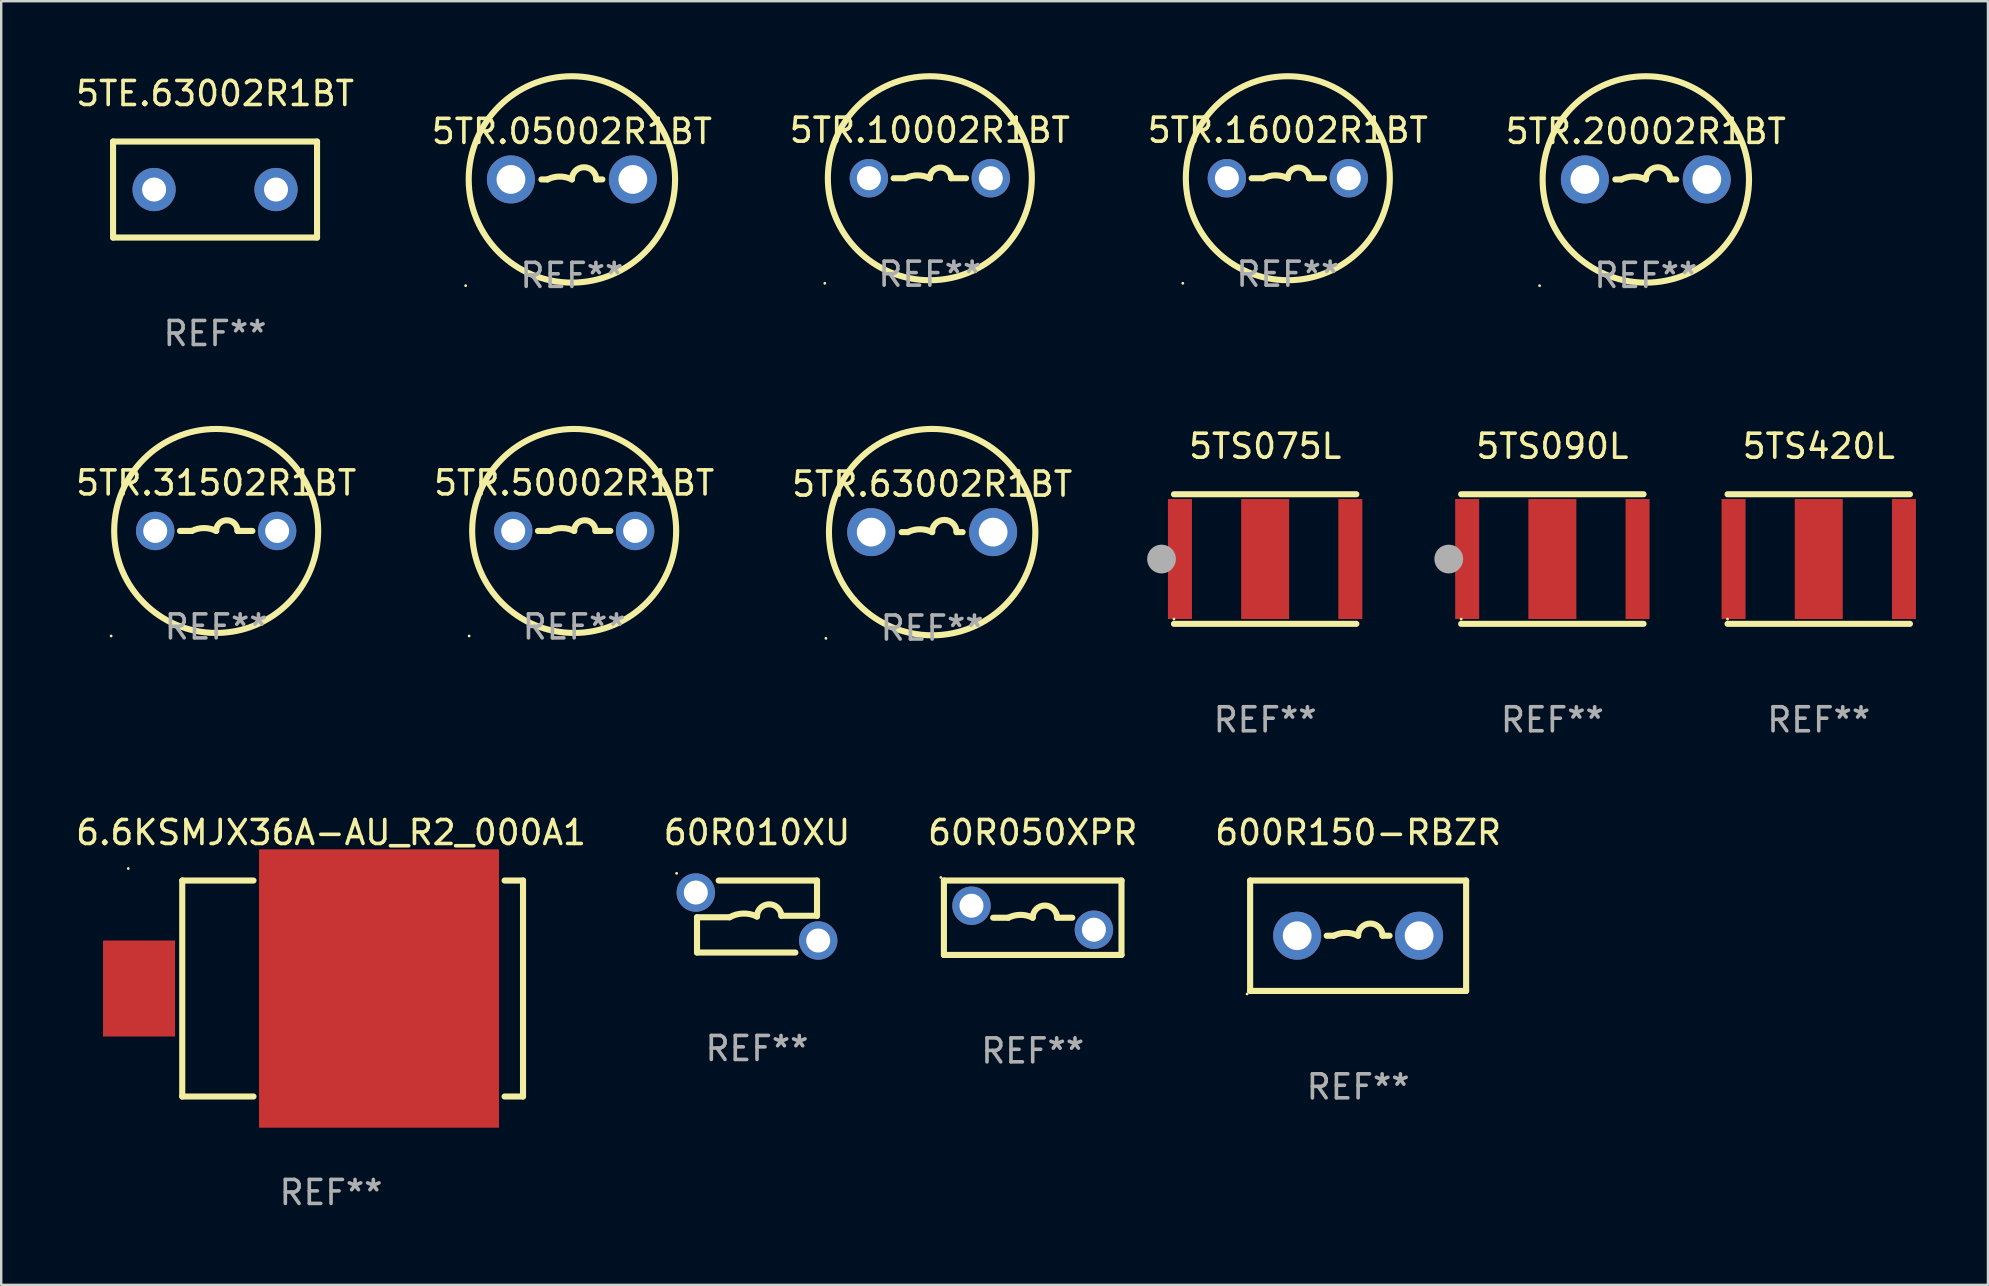
<source format=kicad_pcb>
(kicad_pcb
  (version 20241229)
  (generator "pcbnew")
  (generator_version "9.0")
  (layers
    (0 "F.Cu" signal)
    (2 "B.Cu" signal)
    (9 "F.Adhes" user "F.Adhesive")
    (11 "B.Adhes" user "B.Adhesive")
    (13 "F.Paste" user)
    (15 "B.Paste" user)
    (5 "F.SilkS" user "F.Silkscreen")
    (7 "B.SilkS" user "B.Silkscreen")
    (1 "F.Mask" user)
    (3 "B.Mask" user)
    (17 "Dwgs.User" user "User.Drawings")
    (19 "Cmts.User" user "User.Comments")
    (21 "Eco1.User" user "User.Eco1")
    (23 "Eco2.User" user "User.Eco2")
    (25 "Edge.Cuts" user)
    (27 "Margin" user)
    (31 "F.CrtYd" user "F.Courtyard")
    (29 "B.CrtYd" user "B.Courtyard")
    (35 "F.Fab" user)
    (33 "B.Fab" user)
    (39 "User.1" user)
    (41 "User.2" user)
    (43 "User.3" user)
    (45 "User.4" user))
  (footprint "5TR.31502R1BT"
    (layer "F.Cu")
    (at 5.958 19.074)
    (property "Reference" "5TR.31502R1BT" (at 0 -2 0) (layer "F.SilkS") (effects (font (size 1 1) (thickness 0.15))))
    (attr through_hole)
    (fp_line (start -1.509 0) (end -1.016 0) (stroke (width 0.254) (type solid)) (layer "F.SilkS"))
    (fp_line (start 1.509 0) (end 0.889 0) (stroke (width 0.254) (type solid)) (layer "F.SilkS"))
    (fp_arc (start -1.016002 0) (mid -0.508001 -0.119923) (end 0 0) (stroke (width 0.254001) (type solid)) (layer "F.SilkS"))
    (fp_arc (start 0 0) (mid 0.444501 -0.444501) (end 0.889002 0) (stroke (width 0.254001) (type solid)) (layer "F.SilkS"))
    (fp_circle (center -4.377 4.377) (end -4.347 4.377) (stroke (width 0.06) (type solid)) (fill no) (layer "F.SilkS"))
    (fp_circle (center 0 0) (end 4.25 0) (stroke (width 0.254) (type solid)) (fill no) (layer "F.SilkS"))
    (fp_text user "REF**" (at 0 4 0) (layer "F.Fab") (effects (font (size 1 1) (thickness 0.15))))
    (pad "1" thru_hole circle (at -2.54 0) (size 1.6 1.6) (drill 1) (layers "*.Cu" "*.Mask"))
    (pad "2" thru_hole circle (at 2.54 0) (size 1.6 1.6) (drill 1) (layers "*.Cu" "*.Mask")))
  (footprint "5TR.10002R1BT"
    (layer "F.Cu")
    (at 35.696 4.377)
    (property "Reference" "5TR.10002R1BT" (at 0 -2 0) (layer "F.SilkS") (effects (font (size 1 1) (thickness 0.15))))
    (attr through_hole)
    (fp_line (start -1.509 0) (end -1.016 0) (stroke (width 0.254) (type solid)) (layer "F.SilkS"))
    (fp_line (start 1.509 0) (end 0.889 0) (stroke (width 0.254) (type solid)) (layer "F.SilkS"))
    (fp_arc (start -1.016002 0) (mid -0.508001 -0.119923) (end 0 0) (stroke (width 0.254001) (type solid)) (layer "F.SilkS"))
    (fp_arc (start 0 0) (mid 0.444501 -0.444501) (end 0.889002 0) (stroke (width 0.254001) (type solid)) (layer "F.SilkS"))
    (fp_circle (center -4.377 4.377) (end -4.347 4.377) (stroke (width 0.06) (type solid)) (fill no) (layer "F.SilkS"))
    (fp_circle (center 0 0) (end 4.25 0) (stroke (width 0.254) (type solid)) (fill no) (layer "F.SilkS"))
    (fp_text user "REF**" (at 0 4 0) (layer "F.Fab") (effects (font (size 1 1) (thickness 0.15))))
    (pad "1" thru_hole circle (at -2.54 0) (size 1.6 1.6) (drill 1) (layers "*.Cu" "*.Mask"))
    (pad "2" thru_hole circle (at 2.54 0) (size 1.6 1.6) (drill 1) (layers "*.Cu" "*.Mask")))
  (footprint "5TR.63002R1BT"
    (layer "F.Cu")
    (at 35.792 19.123)
    (property "Reference" "5TR.63002R1BT" (at 0 -2 0) (layer "F.SilkS") (effects (font (size 1 1) (thickness 0.15))))
    (attr through_hole)
    (fp_line (start -1.016 0) (end -1.27 0) (stroke (width 0.254) (type solid)) (layer "F.SilkS"))
    (fp_line (start 1.016 0) (end 1.27 0) (stroke (width 0.254) (type solid)) (layer "F.SilkS"))
    (fp_arc (start -1.016002 0) (mid -0.508001 -0.119923) (end 0 0) (stroke (width 0.254001) (type solid)) (layer "F.SilkS"))
    (fp_arc (start 0 0) (mid 0.508001 -0.508001) (end 1.016002 0) (stroke (width 0.254001) (type solid)) (layer "F.SilkS"))
    (fp_circle (center -4.427 4.427) (end -4.397 4.427) (stroke (width 0.06) (type solid)) (fill no) (layer "F.SilkS"))
    (fp_circle (center 0 0) (end 4.3 0) (stroke (width 0.254) (type solid)) (fill no) (layer "F.SilkS"))
    (fp_text user "REF**" (at 0 4 0) (layer "F.Fab") (effects (font (size 1 1) (thickness 0.15))))
    (pad "1" thru_hole circle (at -2.54 0) (size 2 2) (drill 1.2) (layers "*.Cu" "*.Mask"))
    (pad "2" thru_hole circle (at 2.54 0) (size 2 2) (drill 1.2) (layers "*.Cu" "*.Mask")))
  (footprint "5TR.05002R1BT"
    (layer "F.Cu")
    (at 20.78 4.427)
    (property "Reference" "5TR.05002R1BT" (at 0 -2 0) (layer "F.SilkS") (effects (font (size 1 1) (thickness 0.15))))
    (attr through_hole)
    (fp_line (start -1.016 0) (end -1.27 0) (stroke (width 0.254) (type solid)) (layer "F.SilkS"))
    (fp_line (start 1.016 0) (end 1.27 0) (stroke (width 0.254) (type solid)) (layer "F.SilkS"))
    (fp_arc (start -1.016002 0) (mid -0.508001 -0.119923) (end 0 0) (stroke (width 0.254001) (type solid)) (layer "F.SilkS"))
    (fp_arc (start 0 0) (mid 0.508001 -0.508001) (end 1.016002 0) (stroke (width 0.254001) (type solid)) (layer "F.SilkS"))
    (fp_circle (center -4.427 4.427) (end -4.397 4.427) (stroke (width 0.06) (type solid)) (fill no) (layer "F.SilkS"))
    (fp_circle (center 0 0) (end 4.3 0) (stroke (width 0.254) (type solid)) (fill no) (layer "F.SilkS"))
    (fp_text user "REF**" (at 0 4 0) (layer "F.Fab") (effects (font (size 1 1) (thickness 0.15))))
    (pad "1" thru_hole circle (at -2.54 0) (size 2 2) (drill 1.2) (layers "*.Cu" "*.Mask"))
    (pad "2" thru_hole circle (at 2.54 0) (size 2 2) (drill 1.2) (layers "*.Cu" "*.Mask")))
  (footprint "60R050XPR"
    (layer "F.Cu")
    (at 39.982 35.191)
    (property "Reference" "60R050XPR" (at 0 -3.55 0) (layer "F.SilkS") (effects (font (size 1 1) (thickness 0.15))))
    (attr through_hole)
    (fp_line (start -3.7 -1.55) (end 3.7 -1.55) (stroke (width 0.254) (type solid)) (layer "F.SilkS"))
    (fp_line (start -3.7 1.55) (end -3.7 -1.55) (stroke (width 0.254) (type solid)) (layer "F.SilkS"))
    (fp_line (start -1.649 0) (end -1.016 0) (stroke (width 0.254) (type solid)) (layer "F.SilkS"))
    (fp_line (start 1.649 0) (end 1.016 0) (stroke (width 0.254) (type solid)) (layer "F.SilkS"))
    (fp_line (start 3.7 -1.55) (end 3.7 1.55) (stroke (width 0.254) (type solid)) (layer "F.SilkS"))
    (fp_line (start 3.7 1.55) (end -3.7 1.55) (stroke (width 0.254) (type solid)) (layer "F.SilkS"))
    (fp_arc (start -1.016002 0) (mid -0.508001 -0.119923) (end 0 0) (stroke (width 0.254001) (type solid)) (layer "F.SilkS"))
    (fp_arc (start 0 0) (mid 0.508001 -0.508001) (end 1.016002 0) (stroke (width 0.254001) (type solid)) (layer "F.SilkS"))
    (fp_circle (center -3.827 -1.677) (end -3.797 -1.677) (stroke (width 0.06) (type solid)) (fill no) (layer "F.SilkS"))
    (fp_text user "REF**" (at 0 5.55 0) (layer "F.Fab") (effects (font (size 1 1) (thickness 0.15))))
    (pad "1" thru_hole circle (at -2.55 -0.5) (size 1.6 1.6) (drill 1) (layers "*.Cu" "*.Mask"))
    (pad "2" thru_hole circle (at 2.55 0.5) (size 1.6 1.6) (drill 1) (layers "*.Cu" "*.Mask")))
  (footprint "5TS075L"
    (layer "F.Cu")
    (at 49.668 20.245)
    (property "Reference" "5TS075L" (at 0 -4.7 0) (layer "F.SilkS") (effects (font (size 1 1) (thickness 0.15))))
    (attr through_hole)
    (fp_line (start -3.8 -2.7) (end 3.8 -2.7) (stroke (width 0.254) (type solid)) (layer "F.SilkS"))
    (fp_line (start -3.8 2.7) (end 3.8 2.7) (stroke (width 0.254) (type solid)) (layer "F.SilkS"))
    (fp_circle (center -3.8 2.5) (end -3.77 2.5) (stroke (width 0.06) (type solid)) (fill no) (layer "F.SilkS"))
    (fp_circle (center -4.318 0) (end -4.018 0) (stroke (width 0.6) (type solid)) (fill no) (layer "F.Fab"))
    (fp_text user "REF**" (at 0 6.7 0) (layer "F.Fab") (effects (font (size 1 1) (thickness 0.15))))
    (pad "1" smd rect (at -3.55 0) (size 1 5) (layers "F.Cu" "F.Mask" "F.Paste"))
    (pad "2" smd rect (at 3.55 0) (size 1 5) (layers "F.Cu" "F.Mask" "F.Paste"))
    (pad "3" smd rect (at 0 0) (size 2 5) (layers "F.Cu" "F.Mask" "F.Paste")))
  (footprint "60R010XU"
    (layer "F.Cu")
    (at 28.494 35.141)
    (property "Reference" "60R010XU" (at 0 -3.5 0) (layer "F.SilkS") (effects (font (size 1 1) (thickness 0.15))))
    (attr through_hole)
    (fp_line (start -2.5 0.031) (end -1.143 0.031) (stroke (width 0.254) (type solid)) (layer "F.SilkS"))
    (fp_line (start -2.5 1.5) (end -2.5 0.031) (stroke (width 0.254) (type solid)) (layer "F.SilkS"))
    (fp_line (start -2.5 1.5) (end 1.599 1.5) (stroke (width 0.254) (type solid)) (layer "F.SilkS"))
    (fp_line (start 2.5 -1.5) (end -1.598 -1.5) (stroke (width 0.254) (type solid)) (layer "F.SilkS"))
    (fp_line (start 2.5 -1.5) (end 2.5 -0.031) (stroke (width 0.254) (type solid)) (layer "F.SilkS"))
    (fp_line (start 2.5 -0.031) (end 1.016 -0.031) (stroke (width 0.254) (type solid)) (layer "F.SilkS"))
    (fp_arc (start -1.143002 0.03114) (mid -0.575311 -0.124289) (end 0 0) (stroke (width 0.254001) (type solid)) (layer "F.SilkS"))
    (fp_arc (start -0.000254 0.000254) (mid 0.492648 -0.508334) (end 1.016002 -0.03114) (stroke (width 0.254001) (type solid)) (layer "F.SilkS"))
    (fp_circle (center -3.35 -1.8) (end -3.32 -1.8) (stroke (width 0.06) (type solid)) (fill no) (layer "F.SilkS"))
    (fp_text user "REF**" (at 0 5.5 0) (layer "F.Fab") (effects (font (size 1 1) (thickness 0.15))))
    (pad "1" thru_hole circle (at -2.55 -1) (size 1.6 1.6) (drill 1) (layers "*.Cu" "*.Mask"))
    (pad "2" thru_hole circle (at 2.55 1) (size 1.6 1.6) (drill 1) (layers "*.Cu" "*.Mask")))
  (footprint "5TR.50002R1BT"
    (layer "F.Cu")
    (at 20.875 19.074)
    (property "Reference" "5TR.50002R1BT" (at 0 -2 0) (layer "F.SilkS") (effects (font (size 1 1) (thickness 0.15))))
    (attr through_hole)
    (fp_line (start -1.509 0) (end -1.016 0) (stroke (width 0.254) (type solid)) (layer "F.SilkS"))
    (fp_line (start 1.509 0) (end 0.889 0) (stroke (width 0.254) (type solid)) (layer "F.SilkS"))
    (fp_arc (start -1.016002 0) (mid -0.508001 -0.119923) (end 0 0) (stroke (width 0.254001) (type solid)) (layer "F.SilkS"))
    (fp_arc (start 0 0) (mid 0.444501 -0.444501) (end 0.889002 0) (stroke (width 0.254001) (type solid)) (layer "F.SilkS"))
    (fp_circle (center -4.377 4.377) (end -4.347 4.377) (stroke (width 0.06) (type solid)) (fill no) (layer "F.SilkS"))
    (fp_circle (center 0 0) (end 4.25 0) (stroke (width 0.254) (type solid)) (fill no) (layer "F.SilkS"))
    (fp_text user "REF**" (at 0 4 0) (layer "F.Fab") (effects (font (size 1 1) (thickness 0.15))))
    (pad "1" thru_hole circle (at -2.54 0) (size 1.6 1.6) (drill 1) (layers "*.Cu" "*.Mask"))
    (pad "2" thru_hole circle (at 2.54 0) (size 1.6 1.6) (drill 1) (layers "*.Cu" "*.Mask")))
  (footprint "5TE.63002R1BT"
    (layer "F.Cu")
    (at 5.911 4.848)
    (property "Reference" "5TE.63002R1BT" (at 0 -4 0) (layer "F.SilkS") (effects (font (size 1 1) (thickness 0.15))))
    (attr through_hole)
    (fp_line (start -4.25 2) (end -4.25 -2) (stroke (width 0.254) (type solid)) (layer "F.SilkS"))
    (fp_line (start -4.25 -2) (end 4.25 -2) (stroke (width 0.254) (type solid)) (layer "F.SilkS"))
    (fp_line (start 4.25 2) (end -4.25 2) (stroke (width 0.254) (type solid)) (layer "F.SilkS"))
    (fp_line (start 4.25 -2) (end 4.25 2) (stroke (width 0.254) (type solid)) (layer "F.SilkS"))
    (fp_circle (center -4.25 2) (end -4.22 2) (stroke (width 0.06) (type solid)) (fill no) (layer "F.SilkS"))
    (fp_text user "REF**" (at 0 6 0) (layer "F.Fab") (effects (font (size 1 1) (thickness 0.15))))
    (pad "1" thru_hole circle (at -2.54 0) (size 1.8 1.8) (drill 1) (layers "*.Cu" "*.Mask"))
    (pad "2" thru_hole circle (at 2.54 0) (size 1.8 1.8) (drill 1) (layers "*.Cu" "*.Mask")))
  (footprint "5TR.20002R1BT"
    (layer "F.Cu")
    (at 65.53 4.427)
    (property "Reference" "5TR.20002R1BT" (at 0 -2 0) (layer "F.SilkS") (effects (font (size 1 1) (thickness 0.15))))
    (attr through_hole)
    (fp_line (start -1.016 0) (end -1.27 0) (stroke (width 0.254) (type solid)) (layer "F.SilkS"))
    (fp_line (start 1.016 0) (end 1.27 0) (stroke (width 0.254) (type solid)) (layer "F.SilkS"))
    (fp_arc (start -1.016002 0) (mid -0.508001 -0.119923) (end 0 0) (stroke (width 0.254001) (type solid)) (layer "F.SilkS"))
    (fp_arc (start 0 0) (mid 0.508001 -0.508001) (end 1.016002 0) (stroke (width 0.254001) (type solid)) (layer "F.SilkS"))
    (fp_circle (center -4.427 4.427) (end -4.397 4.427) (stroke (width 0.06) (type solid)) (fill no) (layer "F.SilkS"))
    (fp_circle (center 0 0) (end 4.3 0) (stroke (width 0.254) (type solid)) (fill no) (layer "F.SilkS"))
    (fp_text user "REF**" (at 0 4 0) (layer "F.Fab") (effects (font (size 1 1) (thickness 0.15))))
    (pad "1" thru_hole circle (at -2.54 0) (size 2 2) (drill 1.2) (layers "*.Cu" "*.Mask"))
    (pad "2" thru_hole circle (at 2.54 0) (size 2 2) (drill 1.2) (layers "*.Cu" "*.Mask")))
  (footprint "5TR.16002R1BT"
    (layer "F.Cu")
    (at 50.613 4.377)
    (property "Reference" "5TR.16002R1BT" (at 0 -2 0) (layer "F.SilkS") (effects (font (size 1 1) (thickness 0.15))))
    (attr through_hole)
    (fp_line (start -1.509 0) (end -1.016 0) (stroke (width 0.254) (type solid)) (layer "F.SilkS"))
    (fp_line (start 1.509 0) (end 0.889 0) (stroke (width 0.254) (type solid)) (layer "F.SilkS"))
    (fp_arc (start -1.016002 0) (mid -0.508001 -0.119923) (end 0 0) (stroke (width 0.254001) (type solid)) (layer "F.SilkS"))
    (fp_arc (start 0 0) (mid 0.444501 -0.444501) (end 0.889002 0) (stroke (width 0.254001) (type solid)) (layer "F.SilkS"))
    (fp_circle (center -4.377 4.377) (end -4.347 4.377) (stroke (width 0.06) (type solid)) (fill no) (layer "F.SilkS"))
    (fp_circle (center 0 0) (end 4.25 0) (stroke (width 0.254) (type solid)) (fill no) (layer "F.SilkS"))
    (fp_text user "REF**" (at 0 4 0) (layer "F.Fab") (effects (font (size 1 1) (thickness 0.15))))
    (pad "1" thru_hole circle (at -2.54 0) (size 1.6 1.6) (drill 1) (layers "*.Cu" "*.Mask"))
    (pad "2" thru_hole circle (at 2.54 0) (size 1.6 1.6) (drill 1) (layers "*.Cu" "*.Mask")))
  (footprint "5TS420L"
    (layer "F.Cu")
    (at 72.736 20.245)
    (property "Reference" "5TS420L" (at 0 -4.7 0) (layer "F.SilkS") (effects (font (size 1 1) (thickness 0.15))))
    (attr through_hole)
    (fp_line (start -3.8 -2.7) (end 3.8 -2.7) (stroke (width 0.254) (type solid)) (layer "F.SilkS"))
    (fp_line (start -3.8 2.7) (end 3.8 2.7) (stroke (width 0.254) (type solid)) (layer "F.SilkS"))
    (fp_circle (center -3.8 2.5) (end -3.77 2.5) (stroke (width 0.06) (type solid)) (fill no) (layer "F.SilkS"))
    (fp_text user "REF**" (at 0 6.7 0) (layer "F.Fab") (effects (font (size 1 1) (thickness 0.15))))
    (pad "1" smd rect (at -3.55 0) (size 1 5) (layers "F.Cu" "F.Mask" "F.Paste"))
    (pad "2" smd rect (at 3.55 0) (size 1 5) (layers "F.Cu" "F.Mask" "F.Paste"))
    (pad "3" smd rect (at 0 0) (size 2 5) (layers "F.Cu" "F.Mask" "F.Paste")))
  (footprint "5TS090L"
    (layer "F.Cu")
    (at 61.636 20.245)
    (property "Reference" "5TS090L" (at 0 -4.7 0) (layer "F.SilkS") (effects (font (size 1 1) (thickness 0.15))))
    (attr through_hole)
    (fp_line (start -3.8 -2.7) (end 3.8 -2.7) (stroke (width 0.254) (type solid)) (layer "F.SilkS"))
    (fp_line (start -3.8 2.7) (end 3.8 2.7) (stroke (width 0.254) (type solid)) (layer "F.SilkS"))
    (fp_circle (center -3.8 2.5) (end -3.77 2.5) (stroke (width 0.06) (type solid)) (fill no) (layer "F.SilkS"))
    (fp_circle (center -4.318 0) (end -4.018 0) (stroke (width 0.6) (type solid)) (fill no) (layer "F.Fab"))
    (fp_text user "REF**" (at 0 6.7 0) (layer "F.Fab") (effects (font (size 1 1) (thickness 0.15))))
    (pad "1" smd rect (at -3.55 0) (size 1 5) (layers "F.Cu" "F.Mask" "F.Paste"))
    (pad "2" smd rect (at 3.55 0) (size 1 5) (layers "F.Cu" "F.Mask" "F.Paste"))
    (pad "3" smd rect (at 0 0) (size 2 5) (layers "F.Cu" "F.Mask" "F.Paste")))
  (footprint "600R150-RBZR"
    (layer "F.Cu")
    (at 53.542 35.941)
    (property "Reference" "600R150-RBZR" (at 0 -4.3 0) (layer "F.SilkS") (effects (font (size 1 1) (thickness 0.15))))
    (attr through_hole)
    (fp_line (start -4.5 -2.3) (end 4.5 -2.3) (stroke (width 0.254) (type solid)) (layer "F.SilkS"))
    (fp_line (start -4.5 2.3) (end -4.5 -2.3) (stroke (width 0.254) (type solid)) (layer "F.SilkS"))
    (fp_line (start -1.309 0) (end -1.016 0) (stroke (width 0.254) (type solid)) (layer "F.SilkS"))
    (fp_line (start 1.309 0) (end 1.016 0) (stroke (width 0.254) (type solid)) (layer "F.SilkS"))
    (fp_line (start 4.5 -2.3) (end 4.5 2.3) (stroke (width 0.254) (type solid)) (layer "F.SilkS"))
    (fp_line (start 4.5 2.3) (end -4.5 2.3) (stroke (width 0.254) (type solid)) (layer "F.SilkS"))
    (fp_arc (start -1.016002 0) (mid -0.508001 -0.119923) (end 0 0) (stroke (width 0.254001) (type solid)) (layer "F.SilkS"))
    (fp_arc (start 0 0) (mid 0.508001 -0.508001) (end 1.016002 0) (stroke (width 0.254001) (type solid)) (layer "F.SilkS"))
    (fp_circle (center -4.627 2.427) (end -4.597 2.427) (stroke (width 0.06) (type solid)) (fill no) (layer "F.SilkS"))
    (fp_text user "REF**" (at 0 6.3 0) (layer "F.Fab") (effects (font (size 1 1) (thickness 0.15))))
    (pad "1" thru_hole circle (at -2.54 0) (size 2 2) (drill 1.2) (layers "*.Cu" "*.Mask"))
    (pad "2" thru_hole circle (at 2.54 0) (size 2 2) (drill 1.2) (layers "*.Cu" "*.Mask")))
  (footprint "6.6KSMJX36A-AU_R2_000A1"
    (layer "F.Cu")
    (at 10.744 38.141)
    (property "Reference" "6.6KSMJX36A-AU_R2_000A1" (at 0 -6.5 0) (layer "F.SilkS") (effects (font (size 1 1) (thickness 0.15))))
    (attr through_hole)
    (fp_line (start -6.2 -4.5) (end -6.2 4.5) (stroke (width 0.254) (type solid)) (layer "F.SilkS"))
    (fp_line (start -6.2 -4.5) (end -3.231 -4.5) (stroke (width 0.254) (type solid)) (layer "F.SilkS"))
    (fp_line (start -6.2 4.5) (end -3.231 4.5) (stroke (width 0.254) (type solid)) (layer "F.SilkS"))
    (fp_line (start 7.231 -4.5) (end 8 -4.5) (stroke (width 0.254) (type solid)) (layer "F.SilkS"))
    (fp_line (start 7.231 4.5) (end 8 4.5) (stroke (width 0.254) (type solid)) (layer "F.SilkS"))
    (fp_line (start 8 -4.5) (end 8 4.5) (stroke (width 0.254) (type solid)) (layer "F.SilkS"))
    (fp_circle (center -8.45 -5) (end -8.42 -5) (stroke (width 0.06) (type solid)) (fill no) (layer "F.SilkS"))
    (fp_text user "REF**" (at 0 8.5 0) (layer "F.Fab") (effects (font (size 1 1) (thickness 0.15))))
    (pad "1" smd rect (at -8 -0.000076 180) (size 3 4) (layers "F.Cu" "F.Mask" "F.Paste"))
    (pad "2" smd rect (at 2 -0.000076 180) (size 10 11.6) (layers "F.Cu" "F.Mask" "F.Paste")))
  (gr_rect
    (start -3 -3)
    (end 79.786 50.489)
    (stroke (width 0.1) (type default))
    (fill no)
    (layer "Edge.Cuts")))
</source>
